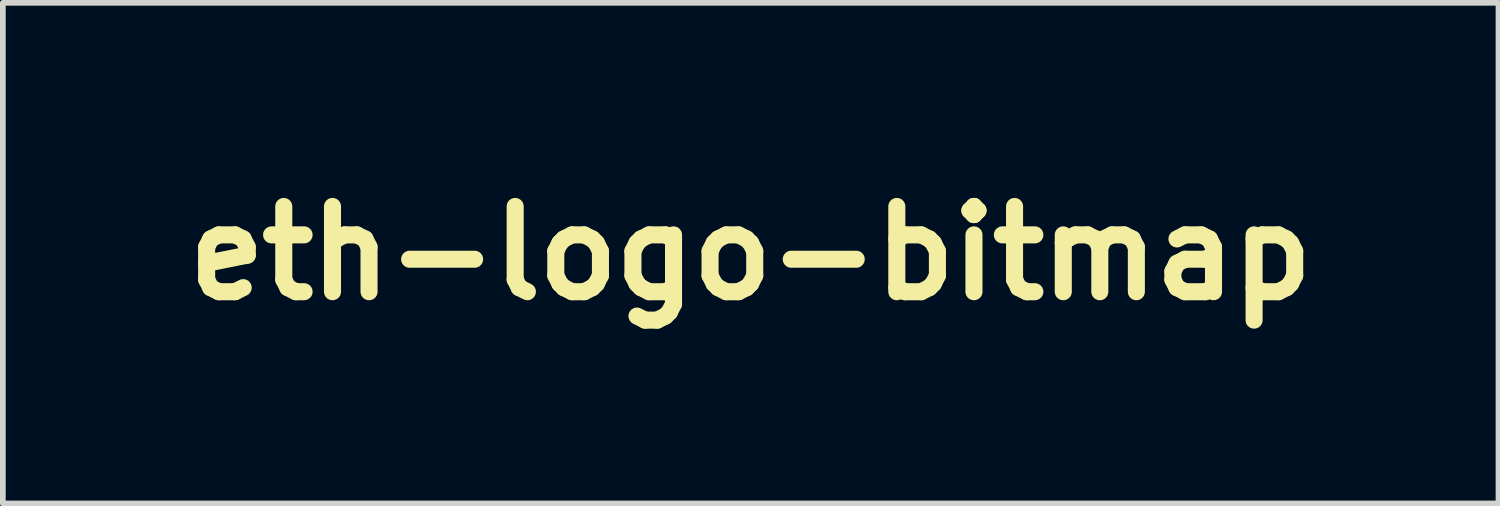
<source format=kicad_pcb>
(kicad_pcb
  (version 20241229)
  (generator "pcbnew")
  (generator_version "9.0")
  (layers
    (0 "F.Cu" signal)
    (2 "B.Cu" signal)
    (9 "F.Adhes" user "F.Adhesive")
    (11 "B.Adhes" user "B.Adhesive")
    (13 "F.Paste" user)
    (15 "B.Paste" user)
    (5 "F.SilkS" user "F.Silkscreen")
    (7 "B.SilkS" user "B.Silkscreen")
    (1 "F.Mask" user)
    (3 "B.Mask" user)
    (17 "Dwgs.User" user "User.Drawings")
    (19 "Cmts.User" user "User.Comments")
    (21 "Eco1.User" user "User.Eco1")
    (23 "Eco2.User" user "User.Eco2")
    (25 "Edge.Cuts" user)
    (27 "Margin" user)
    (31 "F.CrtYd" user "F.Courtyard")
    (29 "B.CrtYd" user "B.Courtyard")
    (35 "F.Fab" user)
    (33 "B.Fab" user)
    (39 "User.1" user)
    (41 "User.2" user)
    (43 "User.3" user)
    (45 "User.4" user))
  (footprint "eth-logo-bitmap"
    (layer "F.Cu")
    (at 10.157 1.404)
    (property "Reference" "eth-logo-bitmap" (at 0 0 0) (layer "F.SilkS") (effects (font (size 1.5 1.5) (thickness 0.3))))
    (attr board_only exclude_from_pos_files exclude_from_bom)
    (fp_poly (pts (xy 1.481 -1.238) (xy 1.479 -1.229) (xy 1.475 -1.21) (xy 1.47 -1.183) (xy 1.463 -1.149) (xy 1.456 -1.112) (xy 1.45 -1.083) (xy 1.423 -0.941) (xy 1.3 -0.941) (xy 1.264 -0.941) (xy 1.232 -0.941) (xy 1.206 -0.942) (xy 1.187 -0.943) (xy 1.179 -0.945) (xy 1.178 -0.945) (xy 1.179 -0.952) (xy 1.182 -0.968) (xy 1.187 -0.993) (xy 1.193 -1.025) (xy 1.201 -1.062) (xy 1.208 -1.1) (xy 1.238 -1.251) (xy 1.361 -1.251) (xy 1.484 -1.251)) (stroke (width 0) (type solid)) (fill yes) (layer "F.Mask"))
    (fp_poly (pts (xy 2.119 -1.235) (xy 2.117 -1.225) (xy 2.113 -1.205) (xy 2.108 -1.177) (xy 2.101 -1.144) (xy 2.094 -1.106) (xy 2.089 -1.08) (xy 2.061 -0.941) (xy 1.939 -0.941) (xy 1.903 -0.941) (xy 1.871 -0.941) (xy 1.844 -0.942) (xy 1.826 -0.943) (xy 1.817 -0.945) (xy 1.817 -0.945) (xy 1.818 -0.952) (xy 1.821 -0.968) (xy 1.826 -0.993) (xy 1.832 -1.025) (xy 1.839 -1.062) (xy 1.847 -1.1) (xy 1.877 -1.251) (xy 2 -1.251) (xy 2.122 -1.251)) (stroke (width 0) (type solid)) (fill yes) (layer "F.Mask"))
    (fp_poly (pts (xy 4.375 -1.251) (xy 4.407 -1.251) (xy 4.429 -1.25) (xy 4.444 -1.248) (xy 4.451 -1.246) (xy 4.453 -1.244) (xy 4.451 -1.236) (xy 4.447 -1.219) (xy 4.442 -1.193) (xy 4.435 -1.161) (xy 4.428 -1.123) (xy 4.421 -1.089) (xy 4.393 -0.941) (xy 4.269 -0.941) (xy 4.146 -0.941) (xy 4.171 -1.065) (xy 4.179 -1.104) (xy 4.186 -1.141) (xy 4.193 -1.174) (xy 4.198 -1.2) (xy 4.202 -1.218) (xy 4.203 -1.22) (xy 4.209 -1.251) (xy 4.332 -1.251)) (stroke (width 0) (type solid)) (fill yes) (layer "F.Mask"))
    (fp_poly (pts (xy 4.217 -0.466) (xy 4.248 -0.465) (xy 4.27 -0.464) (xy 4.283 -0.462) (xy 4.289 -0.46) (xy 4.29 -0.459) (xy 4.289 -0.452) (xy 4.285 -0.435) (xy 4.28 -0.407) (xy 4.273 -0.37) (xy 4.264 -0.324) (xy 4.253 -0.27) (xy 4.241 -0.208) (xy 4.228 -0.14) (xy 4.213 -0.065) (xy 4.197 0.016) (xy 4.18 0.101) (xy 4.163 0.191) (xy 4.144 0.284) (xy 4.13 0.357) (xy 3.97 1.166) (xy 3.851 1.168) (xy 3.811 1.168) (xy 3.781 1.168) (xy 3.76 1.168) (xy 3.746 1.167) (xy 3.739 1.166) (xy 3.735 1.163) (xy 3.735 1.16) (xy 3.735 1.159) (xy 3.737 1.152) (xy 3.741 1.134) (xy 3.746 1.107) (xy 3.754 1.069) (xy 3.763 1.023) (xy 3.774 0.969) (xy 3.786 0.907) (xy 3.8 0.838) (xy 3.815 0.763) (xy 3.831 0.683) (xy 3.848 0.597) (xy 3.866 0.508) (xy 3.885 0.415) (xy 3.897 0.352) (xy 3.916 0.257) (xy 3.935 0.165) (xy 3.952 0.077) (xy 3.969 -0.007) (xy 3.985 -0.086) (xy 3.999 -0.159) (xy 4.013 -0.225) (xy 4.025 -0.284) (xy 4.035 -0.336) (xy 4.044 -0.379) (xy 4.051 -0.414) (xy 4.056 -0.438) (xy 4.058 -0.452) (xy 4.059 -0.456) (xy 4.061 -0.459) (xy 4.066 -0.462) (xy 4.074 -0.464) (xy 4.089 -0.465) (xy 4.11 -0.466) (xy 4.141 -0.466) (xy 4.176 -0.466)) (stroke (width 0) (type solid)) (fill yes) (layer "F.Mask"))
    (fp_poly (pts (xy 3.415 -0.483) (xy 3.485 -0.468) (xy 3.55 -0.443) (xy 3.609 -0.408) (xy 3.652 -0.373) (xy 3.694 -0.334) (xy 3.599 -0.248) (xy 3.504 -0.163) (xy 3.471 -0.196) (xy 3.426 -0.232) (xy 3.379 -0.258) (xy 3.327 -0.273) (xy 3.27 -0.278) (xy 3.207 -0.272) (xy 3.207 -0.272) (xy 3.143 -0.256) (xy 3.082 -0.229) (xy 3.024 -0.193) (xy 2.97 -0.147) (xy 2.921 -0.094) (xy 2.879 -0.034) (xy 2.845 0.033) (xy 2.818 0.104) (xy 2.816 0.111) (xy 2.813 0.121) (xy 2.809 0.143) (xy 2.802 0.174) (xy 2.794 0.214) (xy 2.784 0.262) (xy 2.773 0.317) (xy 2.761 0.378) (xy 2.747 0.444) (xy 2.733 0.515) (xy 2.718 0.589) (xy 2.705 0.656) (xy 2.605 1.166) (xy 2.486 1.168) (xy 2.446 1.168) (xy 2.416 1.168) (xy 2.395 1.168) (xy 2.381 1.167) (xy 2.373 1.166) (xy 2.37 1.163) (xy 2.37 1.16) (xy 2.37 1.159) (xy 2.371 1.152) (xy 2.375 1.134) (xy 2.381 1.107) (xy 2.388 1.07) (xy 2.397 1.025) (xy 2.407 0.973) (xy 2.419 0.914) (xy 2.432 0.849) (xy 2.446 0.779) (xy 2.461 0.705) (xy 2.476 0.627) (xy 2.492 0.547) (xy 2.508 0.464) (xy 2.525 0.381) (xy 2.541 0.297) (xy 2.558 0.214) (xy 2.574 0.132) (xy 2.59 0.052) (xy 2.605 -0.025) (xy 2.619 -0.098) (xy 2.633 -0.167) (xy 2.645 -0.23) (xy 2.657 -0.288) (xy 2.667 -0.338) (xy 2.675 -0.381) (xy 2.682 -0.416) (xy 2.686 -0.441) (xy 2.689 -0.456) (xy 2.69 -0.46) (xy 2.696 -0.462) (xy 2.712 -0.464) (xy 2.739 -0.465) (xy 2.775 -0.466) (xy 2.807 -0.466) (xy 2.925 -0.466) (xy 2.922 -0.453) (xy 2.918 -0.438) (xy 2.914 -0.417) (xy 2.909 -0.391) (xy 2.903 -0.364) (xy 2.898 -0.338) (xy 2.894 -0.315) (xy 2.891 -0.298) (xy 2.889 -0.289) (xy 2.889 -0.289) (xy 2.893 -0.29) (xy 2.903 -0.298) (xy 2.917 -0.312) (xy 2.924 -0.318) (xy 2.985 -0.373) (xy 3.052 -0.417) (xy 3.125 -0.451) (xy 3.202 -0.474) (xy 3.261 -0.484) (xy 3.34 -0.489)) (stroke (width 0) (type solid)) (fill yes) (layer "F.Mask"))
    (fp_poly (pts (xy 5.47 -0.47) (xy 5.534 -0.461) (xy 5.593 -0.445) (xy 5.65 -0.422) (xy 5.706 -0.389) (xy 5.707 -0.389) (xy 5.73 -0.372) (xy 5.757 -0.349) (xy 5.785 -0.324) (xy 5.811 -0.299) (xy 5.834 -0.274) (xy 5.85 -0.254) (xy 5.856 -0.245) (xy 5.866 -0.228) (xy 5.777 -0.152) (xy 5.75 -0.13) (xy 5.726 -0.111) (xy 5.707 -0.096) (xy 5.693 -0.087) (xy 5.686 -0.084) (xy 5.686 -0.084) (xy 5.679 -0.097) (xy 5.666 -0.116) (xy 5.648 -0.137) (xy 5.63 -0.158) (xy 5.612 -0.176) (xy 5.602 -0.185) (xy 5.555 -0.217) (xy 5.507 -0.24) (xy 5.456 -0.254) (xy 5.398 -0.261) (xy 5.37 -0.261) (xy 5.294 -0.256) (xy 5.223 -0.241) (xy 5.158 -0.215) (xy 5.097 -0.179) (xy 5.039 -0.132) (xy 5.028 -0.121) (xy 4.975 -0.06) (xy 4.926 0.01) (xy 4.883 0.088) (xy 4.847 0.173) (xy 4.838 0.197) (xy 4.819 0.257) (xy 4.803 0.324) (xy 4.79 0.393) (xy 4.78 0.463) (xy 4.774 0.533) (xy 4.771 0.599) (xy 4.772 0.659) (xy 4.777 0.711) (xy 4.78 0.728) (xy 4.798 0.791) (xy 4.825 0.847) (xy 4.86 0.896) (xy 4.904 0.936) (xy 4.954 0.968) (xy 5.011 0.99) (xy 5.073 1.002) (xy 5.121 1.005) (xy 5.198 0.999) (xy 5.271 0.983) (xy 5.341 0.955) (xy 5.407 0.916) (xy 5.468 0.866) (xy 5.478 0.857) (xy 5.52 0.817) (xy 5.588 0.9) (xy 5.656 0.984) (xy 5.628 1.012) (xy 5.578 1.057) (xy 5.518 1.098) (xy 5.452 1.135) (xy 5.381 1.166) (xy 5.309 1.19) (xy 5.237 1.206) (xy 5.234 1.207) (xy 5.193 1.212) (xy 5.145 1.215) (xy 5.095 1.215) (xy 5.046 1.214) (xy 5.003 1.21) (xy 4.98 1.207) (xy 4.899 1.187) (xy 4.827 1.158) (xy 4.761 1.121) (xy 4.704 1.075) (xy 4.655 1.021) (xy 4.613 0.96) (xy 4.58 0.89) (xy 4.555 0.814) (xy 4.54 0.73) (xy 4.532 0.64) (xy 4.534 0.544) (xy 4.536 0.525) (xy 4.55 0.405) (xy 4.572 0.29) (xy 4.601 0.182) (xy 4.637 0.08) (xy 4.68 -0.015) (xy 4.729 -0.102) (xy 4.785 -0.181) (xy 4.846 -0.252) (xy 4.913 -0.313) (xy 4.985 -0.364) (xy 5.059 -0.404) (xy 5.13 -0.433) (xy 5.202 -0.453) (xy 5.278 -0.466) (xy 5.361 -0.472) (xy 5.398 -0.473)) (stroke (width 0) (type solid)) (fill yes) (layer "F.Mask"))
    (fp_poly (pts (xy 0.047 -0.466) (xy 0.122 -0.466) (xy 0.194 -0.466) (xy 0.26 -0.465) (xy 0.321 -0.465) (xy 0.374 -0.464) (xy 0.421 -0.464) (xy 0.459 -0.463) (xy 0.488 -0.463) (xy 0.507 -0.462) (xy 0.515 -0.462) (xy 0.516 -0.462) (xy 0.514 -0.455) (xy 0.511 -0.438) (xy 0.506 -0.414) (xy 0.5 -0.385) (xy 0.496 -0.365) (xy 0.487 -0.326) (xy 0.479 -0.295) (xy 0.471 -0.272) (xy 0.465 -0.26) (xy 0.465 -0.26) (xy 0.46 -0.254) (xy 0.448 -0.239) (xy 0.428 -0.217) (xy 0.403 -0.188) (xy 0.371 -0.152) (xy 0.334 -0.11) (xy 0.292 -0.062) (xy 0.246 -0.009) (xy 0.195 0.048) (xy 0.141 0.109) (xy 0.083 0.174) (xy 0.023 0.243) (xy -0.039 0.313) (xy -0.064 0.342) (xy -0.127 0.413) (xy -0.188 0.482) (xy -0.246 0.548) (xy -0.301 0.611) (xy -0.353 0.669) (xy -0.4 0.723) (xy -0.443 0.772) (xy -0.481 0.816) (xy -0.514 0.854) (xy -0.542 0.885) (xy -0.563 0.909) (xy -0.577 0.926) (xy -0.584 0.934) (xy -0.585 0.935) (xy -0.58 0.936) (xy -0.563 0.937) (xy -0.536 0.938) (xy -0.5 0.939) (xy -0.455 0.939) (xy -0.401 0.94) (xy -0.339 0.94) (xy -0.271 0.94) (xy -0.196 0.941) (xy -0.162 0.941) (xy -0.092 0.941) (xy -0.026 0.941) (xy 0.035 0.941) (xy 0.091 0.941) (xy 0.141 0.942) (xy 0.184 0.942) (xy 0.218 0.943) (xy 0.244 0.944) (xy 0.259 0.944) (xy 0.264 0.945) (xy 0.263 0.952) (xy 0.26 0.968) (xy 0.255 0.993) (xy 0.25 1.023) (xy 0.243 1.057) (xy 0.243 1.059) (xy 0.221 1.169) (xy -0.349 1.169) (xy -0.43 1.169) (xy -0.507 1.169) (xy -0.58 1.169) (xy -0.649 1.169) (xy -0.711 1.168) (xy -0.767 1.168) (xy -0.815 1.167) (xy -0.855 1.167) (xy -0.886 1.166) (xy -0.908 1.166) (xy -0.919 1.165) (xy -0.92 1.165) (xy -0.919 1.158) (xy -0.915 1.141) (xy -0.911 1.118) (xy -0.905 1.088) (xy -0.901 1.068) (xy -0.882 0.976) (xy -0.685 0.752) (xy -0.649 0.711) (xy -0.606 0.662) (xy -0.558 0.608) (xy -0.506 0.548) (xy -0.45 0.484) (xy -0.391 0.418) (xy -0.332 0.35) (xy -0.272 0.282) (xy -0.214 0.216) (xy -0.157 0.151) (xy -0.153 0.147) (xy 0.182 -0.234) (xy -0.22 -0.236) (xy -0.301 -0.236) (xy -0.372 -0.237) (xy -0.432 -0.237) (xy -0.482 -0.238) (xy -0.524 -0.238) (xy -0.557 -0.239) (xy -0.583 -0.24) (xy -0.601 -0.241) (xy -0.613 -0.242) (xy -0.62 -0.243) (xy -0.621 -0.245) (xy -0.62 -0.253) (xy -0.617 -0.27) (xy -0.613 -0.295) (xy -0.607 -0.325) (xy -0.601 -0.357) (xy -0.594 -0.391) (xy -0.589 -0.42) (xy -0.584 -0.444) (xy -0.581 -0.459) (xy -0.58 -0.464) (xy -0.575 -0.465) (xy -0.558 -0.465) (xy -0.531 -0.465) (xy -0.495 -0.465) (xy -0.451 -0.465) (xy -0.398 -0.466) (xy -0.339 -0.466) (xy -0.274 -0.466) (xy -0.204 -0.466) (xy -0.129 -0.466) (xy -0.051 -0.466) (xy -0.032 -0.466)) (stroke (width 0) (type solid)) (fill yes) (layer "F.Mask"))
    (fp_poly (pts (xy 6.621 -1.251) (xy 6.655 -1.25) (xy 6.678 -1.249) (xy 6.691 -1.247) (xy 6.693 -1.245) (xy 6.692 -1.238) (xy 6.688 -1.221) (xy 6.683 -1.194) (xy 6.676 -1.158) (xy 6.667 -1.115) (xy 6.657 -1.064) (xy 6.646 -1.007) (xy 6.634 -0.945) (xy 6.62 -0.878) (xy 6.606 -0.808) (xy 6.602 -0.788) (xy 6.588 -0.716) (xy 6.574 -0.649) (xy 6.561 -0.585) (xy 6.55 -0.527) (xy 6.539 -0.474) (xy 6.53 -0.428) (xy 6.523 -0.39) (xy 6.517 -0.361) (xy 6.513 -0.341) (xy 6.511 -0.331) (xy 6.511 -0.33) (xy 6.515 -0.331) (xy 6.526 -0.339) (xy 6.541 -0.351) (xy 6.55 -0.359) (xy 6.608 -0.404) (xy 6.674 -0.443) (xy 6.747 -0.474) (xy 6.823 -0.497) (xy 6.831 -0.499) (xy 6.867 -0.504) (xy 6.91 -0.508) (xy 6.957 -0.509) (xy 7.005 -0.509) (xy 7.05 -0.506) (xy 7.089 -0.501) (xy 7.111 -0.496) (xy 7.18 -0.472) (xy 7.242 -0.438) (xy 7.297 -0.395) (xy 7.345 -0.343) (xy 7.384 -0.282) (xy 7.393 -0.266) (xy 7.409 -0.23) (xy 7.421 -0.198) (xy 7.43 -0.164) (xy 7.434 -0.127) (xy 7.436 -0.084) (xy 7.436 -0.033) (xy 7.436 -0.031) (xy 7.434 0.064) (xy 7.323 0.617) (xy 7.212 1.169) (xy 7.092 1.169) (xy 6.973 1.169) (xy 6.976 1.156) (xy 6.978 1.148) (xy 6.981 1.13) (xy 6.987 1.102) (xy 6.994 1.065) (xy 7.003 1.02) (xy 7.014 0.967) (xy 7.026 0.908) (xy 7.038 0.844) (xy 7.052 0.774) (xy 7.067 0.701) (xy 7.082 0.624) (xy 7.082 0.623) (xy 7.102 0.524) (xy 7.119 0.436) (xy 7.134 0.358) (xy 7.147 0.289) (xy 7.159 0.229) (xy 7.168 0.177) (xy 7.176 0.131) (xy 7.182 0.093) (xy 7.187 0.06) (xy 7.19 0.031) (xy 7.193 0.008) (xy 7.194 -0.013) (xy 7.194 -0.03) (xy 7.193 -0.046) (xy 7.192 -0.06) (xy 7.191 -0.068) (xy 7.176 -0.124) (xy 7.152 -0.173) (xy 7.119 -0.215) (xy 7.077 -0.25) (xy 7.043 -0.269) (xy 7.009 -0.284) (xy 6.976 -0.292) (xy 6.939 -0.297) (xy 6.896 -0.297) (xy 6.87 -0.295) (xy 6.796 -0.284) (xy 6.725 -0.262) (xy 6.659 -0.229) (xy 6.599 -0.187) (xy 6.596 -0.184) (xy 6.556 -0.145) (xy 6.518 -0.098) (xy 6.485 -0.047) (xy 6.458 0.005) (xy 6.449 0.027) (xy 6.444 0.04) (xy 6.44 0.054) (xy 6.435 0.07) (xy 6.43 0.088) (xy 6.425 0.109) (xy 6.419 0.135) (xy 6.412 0.165) (xy 6.405 0.201) (xy 6.396 0.243) (xy 6.386 0.292) (xy 6.374 0.35) (xy 6.361 0.416) (xy 6.346 0.491) (xy 6.329 0.577) (xy 6.317 0.636) (xy 6.302 0.711) (xy 6.288 0.784) (xy 6.275 0.853) (xy 6.262 0.916) (xy 6.251 0.974) (xy 6.24 1.026) (xy 6.232 1.07) (xy 6.224 1.106) (xy 6.219 1.133) (xy 6.216 1.15) (xy 6.214 1.156) (xy 6.213 1.16) (xy 6.21 1.164) (xy 6.205 1.166) (xy 6.195 1.168) (xy 6.179 1.169) (xy 6.156 1.169) (xy 6.124 1.169) (xy 6.092 1.169) (xy 5.974 1.169) (xy 6.213 -0.028) (xy 6.236 -0.144) (xy 6.259 -0.258) (xy 6.281 -0.368) (xy 6.302 -0.474) (xy 6.323 -0.576) (xy 6.342 -0.672) (xy 6.36 -0.763) (xy 6.377 -0.847) (xy 6.393 -0.925) (xy 6.407 -0.995) (xy 6.419 -1.058) (xy 6.43 -1.112) (xy 6.439 -1.157) (xy 6.446 -1.193) (xy 6.452 -1.219) (xy 6.455 -1.234) (xy 6.455 -1.238) (xy 6.457 -1.243) (xy 6.459 -1.246) (xy 6.465 -1.248) (xy 6.475 -1.25) (xy 6.491 -1.251) (xy 6.514 -1.251) (xy 6.546 -1.251) (xy 6.576 -1.251)) (stroke (width 0) (type solid)) (fill yes) (layer "F.Mask"))
    (fp_poly (pts (xy 1.074 -0.466) (xy 1.106 -0.465) (xy 1.128 -0.464) (xy 1.141 -0.462) (xy 1.148 -0.46) (xy 1.149 -0.459) (xy 1.148 -0.452) (xy 1.144 -0.435) (xy 1.139 -0.407) (xy 1.132 -0.371) (xy 1.123 -0.327) (xy 1.113 -0.275) (xy 1.102 -0.217) (xy 1.089 -0.153) (xy 1.075 -0.084) (xy 1.061 -0.011) (xy 1.046 0.061) (xy 1.027 0.16) (xy 1.009 0.249) (xy 0.994 0.327) (xy 0.98 0.396) (xy 0.969 0.456) (xy 0.959 0.509) (xy 0.952 0.554) (xy 0.945 0.593) (xy 0.94 0.627) (xy 0.937 0.655) (xy 0.935 0.679) (xy 0.934 0.7) (xy 0.934 0.718) (xy 0.934 0.734) (xy 0.936 0.749) (xy 0.937 0.758) (xy 0.952 0.812) (xy 0.977 0.86) (xy 1.012 0.902) (xy 1.055 0.937) (xy 1.088 0.956) (xy 1.133 0.979) (xy 1.216 0.979) (xy 1.253 0.978) (xy 1.281 0.977) (xy 1.304 0.974) (xy 1.326 0.97) (xy 1.344 0.965) (xy 1.415 0.939) (xy 1.479 0.903) (xy 1.536 0.858) (xy 1.587 0.804) (xy 1.629 0.742) (xy 1.664 0.67) (xy 1.691 0.592) (xy 1.693 0.581) (xy 1.698 0.559) (xy 1.705 0.528) (xy 1.713 0.488) (xy 1.723 0.44) (xy 1.734 0.385) (xy 1.746 0.324) (xy 1.759 0.257) (xy 1.774 0.187) (xy 1.788 0.112) (xy 1.801 0.047) (xy 1.902 -0.463) (xy 2.021 -0.465) (xy 2.056 -0.465) (xy 2.088 -0.465) (xy 2.113 -0.464) (xy 2.131 -0.463) (xy 2.139 -0.462) (xy 2.139 -0.462) (xy 2.138 -0.455) (xy 2.135 -0.438) (xy 2.13 -0.411) (xy 2.123 -0.376) (xy 2.114 -0.331) (xy 2.104 -0.279) (xy 2.092 -0.221) (xy 2.08 -0.156) (xy 2.066 -0.087) (xy 2.051 -0.013) (xy 2.036 0.065) (xy 2.02 0.145) (xy 2.004 0.227) (xy 1.988 0.311) (xy 1.971 0.394) (xy 1.955 0.478) (xy 1.938 0.56) (xy 1.923 0.64) (xy 1.907 0.717) (xy 1.893 0.791) (xy 1.879 0.86) (xy 1.866 0.924) (xy 1.855 0.982) (xy 1.845 1.033) (xy 1.836 1.076) (xy 1.829 1.112) (xy 1.824 1.138) (xy 1.82 1.154) (xy 1.819 1.159) (xy 1.817 1.162) (xy 1.813 1.165) (xy 1.804 1.167) (xy 1.79 1.168) (xy 1.768 1.169) (xy 1.738 1.169) (xy 1.702 1.169) (xy 1.661 1.169) (xy 1.63 1.168) (xy 1.609 1.167) (xy 1.595 1.166) (xy 1.589 1.163) (xy 1.588 1.162) (xy 1.589 1.154) (xy 1.592 1.137) (xy 1.596 1.114) (xy 1.6 1.088) (xy 1.605 1.061) (xy 1.61 1.037) (xy 1.614 1.018) (xy 1.615 1.012) (xy 1.615 1.006) (xy 1.611 1.006) (xy 1.602 1.013) (xy 1.586 1.027) (xy 1.581 1.031) (xy 1.515 1.084) (xy 1.443 1.126) (xy 1.365 1.159) (xy 1.354 1.163) (xy 1.302 1.176) (xy 1.244 1.186) (xy 1.183 1.191) (xy 1.122 1.191) (xy 1.066 1.187) (xy 1.046 1.184) (xy 0.979 1.165) (xy 0.915 1.137) (xy 0.858 1.099) (xy 0.807 1.052) (xy 0.764 0.999) (xy 0.73 0.938) (xy 0.725 0.926) (xy 0.707 0.873) (xy 0.696 0.817) (xy 0.693 0.756) (xy 0.693 0.717) (xy 0.694 0.703) (xy 0.696 0.687) (xy 0.698 0.669) (xy 0.701 0.649) (xy 0.704 0.624) (xy 0.709 0.595) (xy 0.715 0.561) (xy 0.723 0.521) (xy 0.731 0.473) (xy 0.742 0.418) (xy 0.754 0.355) (xy 0.769 0.282) (xy 0.785 0.2) (xy 0.8 0.122) (xy 0.816 0.045) (xy 0.83 -0.029) (xy 0.844 -0.1) (xy 0.858 -0.167) (xy 0.87 -0.228) (xy 0.88 -0.283) (xy 0.89 -0.33) (xy 0.898 -0.37) (xy 0.904 -0.401) (xy 0.908 -0.422) (xy 0.91 -0.432) (xy 0.916 -0.466) (xy 1.033 -0.466)) (stroke (width 0) (type solid)) (fill yes) (layer "F.Mask"))
    (fp_poly (pts (xy -2.45 -0.881) (xy -2.464 -0.813) (xy -2.477 -0.746) (xy -2.49 -0.682) (xy -2.503 -0.62) (xy -2.514 -0.564) (xy -2.525 -0.514) (xy -2.533 -0.471) (xy -2.54 -0.437) (xy -2.545 -0.413) (xy -2.545 -0.412) (xy -2.566 -0.313) (xy -2.293 -0.315) (xy -2.02 -0.316) (xy -1.926 -0.782) (xy -1.831 -1.248) (xy -1.457 -1.25) (xy -1.382 -1.25) (xy -1.317 -1.25) (xy -1.263 -1.25) (xy -1.217 -1.25) (xy -1.18 -1.25) (xy -1.151 -1.25) (xy -1.128 -1.249) (xy -1.112 -1.249) (xy -1.1 -1.248) (xy -1.092 -1.246) (xy -1.088 -1.245) (xy -1.086 -1.243) (xy -1.086 -1.241) (xy -1.086 -1.241) (xy -1.088 -1.234) (xy -1.091 -1.217) (xy -1.097 -1.189) (xy -1.105 -1.151) (xy -1.114 -1.103) (xy -1.125 -1.047) (xy -1.138 -0.983) (xy -1.153 -0.911) (xy -1.168 -0.832) (xy -1.186 -0.746) (xy -1.204 -0.654) (xy -1.224 -0.556) (xy -1.244 -0.454) (xy -1.265 -0.347) (xy -1.287 -0.236) (xy -1.31 -0.121) (xy -1.328 -0.031) (xy -1.567 1.169) (xy -1.938 1.169) (xy -2.016 1.169) (xy -2.083 1.169) (xy -2.14 1.169) (xy -2.187 1.168) (xy -2.225 1.168) (xy -2.256 1.167) (xy -2.278 1.166) (xy -2.294 1.165) (xy -2.304 1.164) (xy -2.309 1.163) (xy -2.309 1.162) (xy -2.308 1.155) (xy -2.305 1.138) (xy -2.3 1.111) (xy -2.293 1.075) (xy -2.284 1.031) (xy -2.274 0.98) (xy -2.263 0.922) (xy -2.251 0.86) (xy -2.238 0.793) (xy -2.224 0.722) (xy -2.218 0.695) (xy -2.204 0.623) (xy -2.191 0.555) (xy -2.178 0.491) (xy -2.166 0.432) (xy -2.156 0.379) (xy -2.147 0.333) (xy -2.139 0.294) (xy -2.134 0.265) (xy -2.13 0.244) (xy -2.128 0.234) (xy -2.127 0.233) (xy -2.133 0.233) (xy -2.149 0.232) (xy -2.175 0.232) (xy -2.209 0.232) (xy -2.25 0.232) (xy -2.297 0.232) (xy -2.349 0.232) (xy -2.399 0.231) (xy -2.671 0.231) (xy -2.764 0.7) (xy -2.857 1.169) (xy -3.23 1.169) (xy -3.295 1.169) (xy -3.357 1.169) (xy -3.414 1.169) (xy -3.465 1.169) (xy -3.51 1.169) (xy -3.547 1.168) (xy -3.576 1.168) (xy -3.595 1.168) (xy -3.604 1.168) (xy -3.604 1.168) (xy -3.603 1.162) (xy -3.6 1.145) (xy -3.594 1.118) (xy -3.587 1.082) (xy -3.578 1.036) (xy -3.567 0.982) (xy -3.555 0.92) (xy -3.541 0.851) (xy -3.526 0.776) (xy -3.51 0.694) (xy -3.493 0.608) (xy -3.474 0.516) (xy -3.455 0.421) (xy -3.435 0.322) (xy -3.426 0.273) (xy -3.406 0.173) (xy -3.386 0.075) (xy -3.368 -0.018) (xy -3.35 -0.107) (xy -3.333 -0.192) (xy -3.318 -0.27) (xy -3.304 -0.343) (xy -3.291 -0.408) (xy -3.28 -0.466) (xy -3.27 -0.517) (xy -3.262 -0.558) (xy -3.256 -0.59) (xy -3.252 -0.612) (xy -3.25 -0.623) (xy -3.25 -0.625) (xy -3.256 -0.626) (xy -3.273 -0.627) (xy -3.3 -0.628) (xy -3.335 -0.628) (xy -3.377 -0.629) (xy -3.425 -0.629) (xy -3.479 -0.63) (xy -3.537 -0.63) (xy -3.561 -0.63) (xy -3.868 -0.63) (xy -3.874 -0.617) (xy -3.875 -0.61) (xy -3.879 -0.593) (xy -3.885 -0.565) (xy -3.892 -0.529) (xy -3.902 -0.484) (xy -3.912 -0.431) (xy -3.924 -0.371) (xy -3.938 -0.305) (xy -3.952 -0.234) (xy -3.967 -0.158) (xy -3.984 -0.078) (xy -4 0.005) (xy -4.017 0.09) (xy -4.035 0.177) (xy -4.052 0.265) (xy -4.07 0.352) (xy -4.088 0.44) (xy -4.105 0.525) (xy -4.121 0.609) (xy -4.137 0.689) (xy -4.153 0.766) (xy -4.167 0.839) (xy -4.181 0.906) (xy -4.193 0.967) (xy -4.203 1.021) (xy -4.213 1.068) (xy -4.22 1.107) (xy -4.226 1.136) (xy -4.23 1.156) (xy -4.231 1.165) (xy -4.231 1.166) (xy -4.237 1.166) (xy -4.254 1.167) (xy -4.28 1.167) (xy -4.315 1.168) (xy -4.357 1.168) (xy -4.407 1.169) (xy -4.462 1.169) (xy -4.522 1.169) (xy -4.586 1.169) (xy -4.604 1.169) (xy -4.976 1.169) (xy -4.973 1.156) (xy -4.971 1.147) (xy -4.967 1.128) (xy -4.961 1.099) (xy -4.953 1.061) (xy -4.944 1.014) (xy -4.933 0.96) (xy -4.921 0.899) (xy -4.908 0.833) (xy -4.893 0.761) (xy -4.878 0.684) (xy -4.862 0.604) (xy -4.845 0.521) (xy -4.828 0.435) (xy -4.811 0.348) (xy -4.793 0.261) (xy -4.776 0.173) (xy -4.759 0.086) (xy -4.742 0.001) (xy -4.725 -0.082) (xy -4.709 -0.162) (xy -4.694 -0.237) (xy -4.68 -0.309) (xy -4.667 -0.375) (xy -4.655 -0.435) (xy -4.645 -0.488) (xy -4.636 -0.533) (xy -4.628 -0.57) (xy -4.623 -0.598) (xy -4.619 -0.615) (xy -4.618 -0.623) (xy -4.618 -0.623) (xy -4.624 -0.624) (xy -4.641 -0.624) (xy -4.667 -0.625) (xy -4.704 -0.626) (xy -4.748 -0.627) (xy -4.801 -0.627) (xy -4.86 -0.628) (xy -4.926 -0.629) (xy -4.997 -0.629) (xy -5.072 -0.629) (xy -5.152 -0.63) (xy -5.234 -0.63) (xy -5.319 -0.63) (xy -5.405 -0.63) (xy -5.492 -0.631) (xy -5.578 -0.631) (xy -5.664 -0.631) (xy -5.748 -0.63) (xy -5.829 -0.63) (xy -5.907 -0.63) (xy -5.981 -0.63) (xy -6.05 -0.629) (xy -6.114 -0.629) (xy -6.171 -0.628) (xy -6.22 -0.628) (xy -6.262 -0.627) (xy -6.295 -0.626) (xy -6.318 -0.625) (xy -6.33 -0.625) (xy -6.333 -0.624) (xy -6.334 -0.617) (xy -6.338 -0.601) (xy -6.343 -0.577) (xy -6.35 -0.546) (xy -6.357 -0.512) (xy -6.364 -0.476) (xy -6.371 -0.44) (xy -6.378 -0.405) (xy -6.384 -0.373) (xy -6.389 -0.347) (xy -6.392 -0.329) (xy -6.394 -0.319) (xy -6.394 -0.318) (xy -6.388 -0.318) (xy -6.372 -0.317) (xy -6.345 -0.316) (xy -6.309 -0.316) (xy -6.265 -0.315) (xy -6.213 -0.315) (xy -6.154 -0.314) (xy -6.089 -0.314) (xy -6.019 -0.314) (xy -5.945 -0.314) (xy -5.867 -0.314) (xy -5.858 -0.314) (xy -5.763 -0.314) (xy -5.68 -0.313) (xy -5.608 -0.313) (xy -5.545 -0.313) (xy -5.491 -0.313) (xy -5.446 -0.312) (xy -5.409 -0.312) (xy -5.38 -0.311) (xy -5.357 -0.31) (xy -5.34 -0.309) (xy -5.329 -0.308) (xy -5.323 -0.307) (xy -5.321 -0.306) (xy -5.323 -0.299) (xy -5.326 -0.281) (xy -5.331 -0.255) (xy -5.338 -0.22) (xy -5.346 -0.179) (xy -5.355 -0.132) (xy -5.365 -0.081) (xy -5.374 -0.035) (xy -5.385 0.019) (xy -5.395 0.069) (xy -5.404 0.114) (xy -5.412 0.154) (xy -5.418 0.186) (xy -5.423 0.211) (xy -5.426 0.225) (xy -5.427 0.23) (xy -5.433 0.23) (xy -5.449 0.23) (xy -5.476 0.231) (xy -5.512 0.231) (xy -5.556 0.231) (xy -5.609 0.232) (xy -5.667 0.232) (xy -5.732 0.232) (xy -5.802 0.232) (xy -5.877 0.233) (xy -5.955 0.233) (xy -5.967 0.233) (xy -6.508 0.234) (xy -6.538 0.387) (xy -6.547 0.428) (xy -6.554 0.465) (xy -6.56 0.496) (xy -6.565 0.521) (xy -6.568 0.537) (xy -6.569 0.544) (xy -6.564 0.544) (xy -6.547 0.545) (xy -6.521 0.545) (xy -6.485 0.546) (xy -6.44 0.546) (xy -6.388 0.547) (xy -6.329 0.547) (xy -6.264 0.548) (xy -6.194 0.548) (xy -6.12 0.548) (xy -6.042 0.548) (xy -6.03 0.548) (xy -5.49 0.548) (xy -5.493 0.561) (xy -5.495 0.569) (xy -5.499 0.588) (xy -5.504 0.616) (xy -5.511 0.651) (xy -5.52 0.694) (xy -5.529 0.743) (xy -5.54 0.795) (xy -5.551 0.852) (xy -5.553 0.862) (xy -5.564 0.918) (xy -5.574 0.972) (xy -5.584 1.02) (xy -5.593 1.064) (xy -5.6 1.1) (xy -5.606 1.129) (xy -5.61 1.149) (xy -5.612 1.158) (xy -5.612 1.159) (xy -5.613 1.16) (xy -5.615 1.162) (xy -5.619 1.163) (xy -5.625 1.164) (xy -5.634 1.165) (xy -5.646 1.165) (xy -5.662 1.166) (xy -5.683 1.167) (xy -5.709 1.167) (xy -5.74 1.168) (xy -5.777 1.168) (xy -5.821 1.168) (xy -5.872 1.169) (xy -5.931 1.169) (xy -5.997 1.169) (xy -6.073 1.169) (xy -6.158 1.169) (xy -6.253 1.169) (xy -6.359 1.169) (xy -6.475 1.169) (xy -6.527 1.169) (xy -7.438 1.169) (xy -7.435 1.156) (xy -7.434 1.149) (xy -7.43 1.131) (xy -7.424 1.103) (xy -7.417 1.065) (xy -7.407 1.017) (xy -7.396 0.961) (xy -7.383 0.896) (xy -7.369 0.824) (xy -7.353 0.744) (xy -7.336 0.658) (xy -7.317 0.566) (xy -7.298 0.469) (xy -7.277 0.366) (xy -7.256 0.259) (xy -7.234 0.148) (xy -7.211 0.033) (xy -7.194 -0.054) (xy -6.955 -1.251) (xy -4.665 -1.251) (xy -2.375 -1.251)) (stroke (width 0) (type solid)) (fill yes) (layer "F.Mask")))
  (gr_rect
    (start -3 -3)
    (end 23.314 5.808)
    (stroke (width 0.1) (type default))
    (fill no)
    (layer "Edge.Cuts")))
</source>
